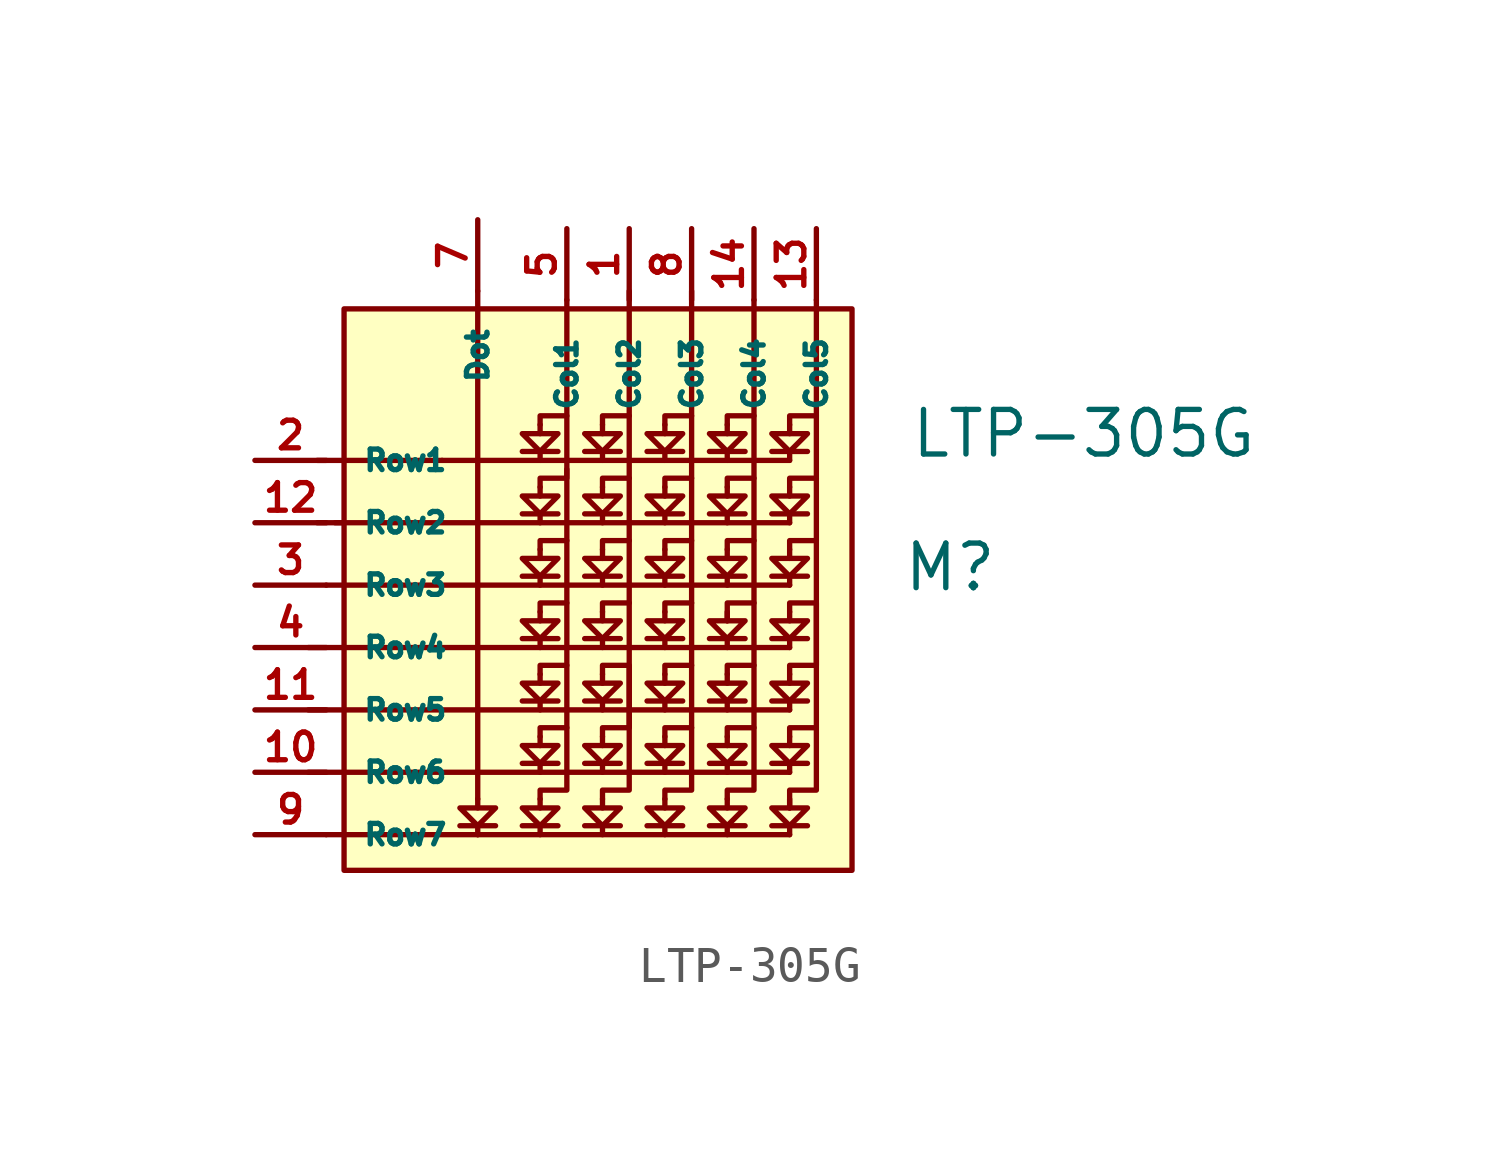
<source format=kicad_sym>
(kicad_symbol_lib
  (version 20220914)
  (generator kicad_symbol_editor)
  (symbol "LTP-305G"
    (pin_names
      (offset 1.016))
    (property "Reference" "M"
      (at 33.02 3.81 0)
      (effects (font (size 1.27 1.27))))
    (property "Value" "LTP-305G"
      (at 36.83 7.62 0)
      (effects (font (size 1.27 1.27))))
    (symbol "LTP-305G_0_1"
      (polyline (pts (xy 14.986 5.08) (xy 15.748 5.08)) (stroke (width 0) (type solid)) (fill (type none)))
      (polyline (pts (xy 18.542 6.858) (xy 14.986 6.858)) (stroke (width 0) (type solid)) (fill (type none)))
      (polyline (pts (xy 19.05 -3.556) (xy 20.066 -3.556)) (stroke (width 0) (type solid)) (fill (type none)))
      (polyline (pts (xy 19.558 -3.81) (xy 15.24 -3.81)) (stroke (width 0) (type solid)) (fill (type none)))
      (polyline (pts (xy 19.558 -3.556) (xy 19.558 -3.81)) (stroke (width 0) (type solid)) (fill (type none)))
      (polyline (pts (xy 19.558 -3.048) (xy 19.558 -2.794)) (stroke (width 0) (type solid)) (fill (type none)))
      (polyline (pts (xy 19.558 11.684) (xy 19.558 -2.794)) (stroke (width 0) (type solid)) (fill (type none)))
      (polyline (pts (xy 20.828 -3.556) (xy 21.844 -3.556)) (stroke (width 0) (type solid)) (fill (type none)))
      (polyline (pts (xy 20.828 -1.778) (xy 21.844 -1.778)) (stroke (width 0) (type solid)) (fill (type none)))
      (polyline (pts (xy 20.828 0) (xy 21.844 0)) (stroke (width 0) (type solid)) (fill (type none)))
      (polyline (pts (xy 20.828 1.778) (xy 21.844 1.778)) (stroke (width 0) (type solid)) (fill (type none)))
      (polyline (pts (xy 20.828 3.556) (xy 21.844 3.556)) (stroke (width 0) (type solid)) (fill (type none)))
      (polyline (pts (xy 20.828 5.334) (xy 21.844 5.334)) (stroke (width 0) (type solid)) (fill (type none)))
      (polyline (pts (xy 20.828 7.112) (xy 21.844 7.112)) (stroke (width 0) (type solid)) (fill (type none)))
      (polyline (pts (xy 21.336 -3.556) (xy 21.336 -3.81)) (stroke (width 0) (type solid)) (fill (type none)))
      (polyline (pts (xy 21.336 -3.048) (xy 21.336 -2.794)) (stroke (width 0) (type solid)) (fill (type none)))
      (polyline (pts (xy 21.336 -1.778) (xy 21.336 -2.032)) (stroke (width 0) (type solid)) (fill (type none)))
      (polyline (pts (xy 21.336 -1.27) (xy 21.336 -1.016)) (stroke (width 0) (type solid)) (fill (type none)))
      (polyline (pts (xy 21.336 0) (xy 21.336 -0.254)) (stroke (width 0) (type solid)) (fill (type none)))
      (polyline (pts (xy 21.336 0.508) (xy 21.336 0.762)) (stroke (width 0) (type solid)) (fill (type none)))
      (polyline (pts (xy 21.336 1.778) (xy 21.336 1.524)) (stroke (width 0) (type solid)) (fill (type none)))
      (polyline (pts (xy 21.336 2.286) (xy 21.336 2.54)) (stroke (width 0) (type solid)) (fill (type none)))
      (polyline (pts (xy 21.336 3.556) (xy 21.336 3.302)) (stroke (width 0) (type solid)) (fill (type none)))
      (polyline (pts (xy 21.336 4.064) (xy 21.336 4.318)) (stroke (width 0) (type solid)) (fill (type none)))
      (polyline (pts (xy 21.336 5.334) (xy 21.336 5.08)) (stroke (width 0) (type solid)) (fill (type none)))
      (polyline (pts (xy 21.336 5.842) (xy 21.336 6.096)) (stroke (width 0) (type solid)) (fill (type none)))
      (polyline (pts (xy 21.336 7.112) (xy 21.336 6.858)) (stroke (width 0) (type solid)) (fill (type none)))
      (polyline (pts (xy 21.336 7.62) (xy 21.336 7.874)) (stroke (width 0) (type solid)) (fill (type none)))
      (polyline (pts (xy 22.606 -3.556) (xy 23.622 -3.556)) (stroke (width 0) (type solid)) (fill (type none)))
      (polyline (pts (xy 22.606 -1.778) (xy 23.622 -1.778)) (stroke (width 0) (type solid)) (fill (type none)))
      (polyline (pts (xy 22.606 0) (xy 23.622 0)) (stroke (width 0) (type solid)) (fill (type none)))
      (polyline (pts (xy 22.606 1.778) (xy 23.622 1.778)) (stroke (width 0) (type solid)) (fill (type none)))
      (polyline (pts (xy 22.606 3.556) (xy 23.622 3.556)) (stroke (width 0) (type solid)) (fill (type none)))
      (polyline (pts (xy 22.606 5.334) (xy 23.622 5.334)) (stroke (width 0) (type solid)) (fill (type none)))
      (polyline (pts (xy 22.606 7.112) (xy 23.622 7.112)) (stroke (width 0) (type solid)) (fill (type none)))
      (polyline (pts (xy 23.114 -3.556) (xy 23.114 -3.81)) (stroke (width 0) (type solid)) (fill (type none)))
      (polyline (pts (xy 23.114 -3.048) (xy 23.114 -2.794)) (stroke (width 0) (type solid)) (fill (type none)))
      (polyline (pts (xy 23.114 -1.778) (xy 23.114 -2.032)) (stroke (width 0) (type solid)) (fill (type none)))
      (polyline (pts (xy 23.114 -1.27) (xy 23.114 -1.016)) (stroke (width 0) (type solid)) (fill (type none)))
      (polyline (pts (xy 23.114 0) (xy 23.114 -0.254)) (stroke (width 0) (type solid)) (fill (type none)))
      (polyline (pts (xy 23.114 0.508) (xy 23.114 0.762)) (stroke (width 0) (type solid)) (fill (type none)))
      (polyline (pts (xy 23.114 1.778) (xy 23.114 1.524)) (stroke (width 0) (type solid)) (fill (type none)))
      (polyline (pts (xy 23.114 2.286) (xy 23.114 2.54)) (stroke (width 0) (type solid)) (fill (type none)))
      (polyline (pts (xy 23.114 3.556) (xy 23.114 3.302)) (stroke (width 0) (type solid)) (fill (type none)))
      (polyline (pts (xy 23.114 4.064) (xy 23.114 4.318)) (stroke (width 0) (type solid)) (fill (type none)))
      (polyline (pts (xy 23.114 5.334) (xy 23.114 5.08)) (stroke (width 0) (type solid)) (fill (type none)))
      (polyline (pts (xy 23.114 5.842) (xy 23.114 6.096)) (stroke (width 0) (type solid)) (fill (type none)))
      (polyline (pts (xy 23.114 7.112) (xy 23.114 6.858)) (stroke (width 0) (type solid)) (fill (type none)))
      (polyline (pts (xy 23.114 7.62) (xy 23.114 7.874)) (stroke (width 0) (type solid)) (fill (type none)))
      (polyline (pts (xy 24.384 -3.556) (xy 25.4 -3.556)) (stroke (width 0) (type solid)) (fill (type none)))
      (polyline (pts (xy 24.384 -1.778) (xy 25.4 -1.778)) (stroke (width 0) (type solid)) (fill (type none)))
      (polyline (pts (xy 24.384 0) (xy 25.4 0)) (stroke (width 0) (type solid)) (fill (type none)))
      (polyline (pts (xy 24.384 1.778) (xy 25.4 1.778)) (stroke (width 0) (type solid)) (fill (type none)))
      (polyline (pts (xy 24.384 3.556) (xy 25.4 3.556)) (stroke (width 0) (type solid)) (fill (type none)))
      (polyline (pts (xy 24.384 5.334) (xy 25.4 5.334)) (stroke (width 0) (type solid)) (fill (type none)))
      (polyline (pts (xy 24.384 7.112) (xy 25.4 7.112)) (stroke (width 0) (type solid)) (fill (type none)))
      (polyline (pts (xy 24.892 -3.556) (xy 24.892 -3.81)) (stroke (width 0) (type solid)) (fill (type none)))
      (polyline (pts (xy 24.892 -3.048) (xy 24.892 -2.794)) (stroke (width 0) (type solid)) (fill (type none)))
      (polyline (pts (xy 24.892 -1.778) (xy 24.892 -2.032)) (stroke (width 0) (type solid)) (fill (type none)))
      (polyline (pts (xy 24.892 -1.27) (xy 24.892 -1.016)) (stroke (width 0) (type solid)) (fill (type none)))
      (polyline (pts (xy 24.892 0) (xy 24.892 -0.254)) (stroke (width 0) (type solid)) (fill (type none)))
      (polyline (pts (xy 24.892 0.508) (xy 24.892 0.762)) (stroke (width 0) (type solid)) (fill (type none)))
      (polyline (pts (xy 24.892 1.778) (xy 24.892 1.524)) (stroke (width 0) (type solid)) (fill (type none)))
      (polyline (pts (xy 24.892 2.286) (xy 24.892 2.54)) (stroke (width 0) (type solid)) (fill (type none)))
      (polyline (pts (xy 24.892 3.556) (xy 24.892 3.302)) (stroke (width 0) (type solid)) (fill (type none)))
      (polyline (pts (xy 24.892 4.064) (xy 24.892 4.318)) (stroke (width 0) (type solid)) (fill (type none)))
      (polyline (pts (xy 24.892 5.334) (xy 24.892 5.08)) (stroke (width 0) (type solid)) (fill (type none)))
      (polyline (pts (xy 24.892 5.842) (xy 24.892 6.096)) (stroke (width 0) (type solid)) (fill (type none)))
      (polyline (pts (xy 24.892 7.112) (xy 24.892 6.858)) (stroke (width 0) (type solid)) (fill (type none)))
      (polyline (pts (xy 24.892 7.62) (xy 24.892 7.874)) (stroke (width 0) (type solid)) (fill (type none)))
      (polyline (pts (xy 26.162 -3.556) (xy 27.178 -3.556)) (stroke (width 0) (type solid)) (fill (type none)))
      (polyline (pts (xy 26.162 -1.778) (xy 27.178 -1.778)) (stroke (width 0) (type solid)) (fill (type none)))
      (polyline (pts (xy 26.162 0) (xy 27.178 0)) (stroke (width 0) (type solid)) (fill (type none)))
      (polyline (pts (xy 26.162 1.778) (xy 27.178 1.778)) (stroke (width 0) (type solid)) (fill (type none)))
      (polyline (pts (xy 26.162 3.556) (xy 27.178 3.556)) (stroke (width 0) (type solid)) (fill (type none)))
      (polyline (pts (xy 26.162 5.334) (xy 27.178 5.334)) (stroke (width 0) (type solid)) (fill (type none)))
      (polyline (pts (xy 26.162 7.112) (xy 27.178 7.112)) (stroke (width 0) (type solid)) (fill (type none)))
      (polyline (pts (xy 26.67 -3.556) (xy 26.67 -3.81)) (stroke (width 0) (type solid)) (fill (type none)))
      (polyline (pts (xy 26.67 -3.048) (xy 26.67 -2.794)) (stroke (width 0) (type solid)) (fill (type none)))
      (polyline (pts (xy 26.67 -1.778) (xy 26.67 -2.032)) (stroke (width 0) (type solid)) (fill (type none)))
      (polyline (pts (xy 26.67 -1.27) (xy 26.67 -1.016)) (stroke (width 0) (type solid)) (fill (type none)))
      (polyline (pts (xy 26.67 0) (xy 26.67 -0.254)) (stroke (width 0) (type solid)) (fill (type none)))
      (polyline (pts (xy 26.67 0.508) (xy 26.67 0.762)) (stroke (width 0) (type solid)) (fill (type none)))
      (polyline (pts (xy 26.67 1.778) (xy 26.67 1.524)) (stroke (width 0) (type solid)) (fill (type none)))
      (polyline (pts (xy 26.67 2.286) (xy 26.67 2.54)) (stroke (width 0) (type solid)) (fill (type none)))
      (polyline (pts (xy 26.67 3.556) (xy 26.67 3.302)) (stroke (width 0) (type solid)) (fill (type none)))
      (polyline (pts (xy 26.67 4.064) (xy 26.67 4.318)) (stroke (width 0) (type solid)) (fill (type none)))
      (polyline (pts (xy 26.67 5.334) (xy 26.67 5.08)) (stroke (width 0) (type solid)) (fill (type none)))
      (polyline (pts (xy 26.67 5.842) (xy 26.67 6.096)) (stroke (width 0) (type solid)) (fill (type none)))
      (polyline (pts (xy 26.67 7.112) (xy 26.67 6.858)) (stroke (width 0) (type solid)) (fill (type none)))
      (polyline (pts (xy 26.67 7.62) (xy 26.67 7.874)) (stroke (width 0) (type solid)) (fill (type none)))
      (polyline (pts (xy 27.94 -3.556) (xy 28.956 -3.556)) (stroke (width 0) (type solid)) (fill (type none)))
      (polyline (pts (xy 27.94 -1.778) (xy 28.956 -1.778)) (stroke (width 0) (type solid)) (fill (type none)))
      (polyline (pts (xy 27.94 0) (xy 28.956 0)) (stroke (width 0) (type solid)) (fill (type none)))
      (polyline (pts (xy 27.94 1.778) (xy 28.956 1.778)) (stroke (width 0) (type solid)) (fill (type none)))
      (polyline (pts (xy 27.94 3.556) (xy 28.956 3.556)) (stroke (width 0) (type solid)) (fill (type none)))
      (polyline (pts (xy 27.94 5.334) (xy 28.956 5.334)) (stroke (width 0) (type solid)) (fill (type none)))
      (polyline (pts (xy 27.94 7.112) (xy 28.956 7.112)) (stroke (width 0) (type solid)) (fill (type none)))
      (polyline (pts (xy 28.448 -3.81) (xy 19.558 -3.81)) (stroke (width 0) (type solid)) (fill (type none)))
      (polyline (pts (xy 28.448 -3.556) (xy 28.448 -3.81)) (stroke (width 0) (type solid)) (fill (type none)))
      (polyline (pts (xy 28.448 -3.048) (xy 28.448 -2.794)) (stroke (width 0) (type solid)) (fill (type none)))
      (polyline (pts (xy 28.448 -1.778) (xy 28.448 -2.032)) (stroke (width 0) (type solid)) (fill (type none)))
      (polyline (pts (xy 28.448 -1.27) (xy 28.448 -1.016)) (stroke (width 0) (type solid)) (fill (type none)))
      (polyline (pts (xy 28.448 -0.254) (xy 14.732 -0.254)) (stroke (width 0) (type solid)) (fill (type none)))
      (polyline (pts (xy 28.448 0) (xy 28.448 -0.254)) (stroke (width 0) (type solid)) (fill (type none)))
      (polyline (pts (xy 28.448 0.508) (xy 28.448 0.762)) (stroke (width 0) (type solid)) (fill (type none)))
      (polyline (pts (xy 28.448 1.524) (xy 14.732 1.524)) (stroke (width 0) (type solid)) (fill (type none)))
      (polyline (pts (xy 28.448 1.778) (xy 28.448 1.524)) (stroke (width 0) (type solid)) (fill (type none)))
      (polyline (pts (xy 28.448 2.286) (xy 28.448 2.54)) (stroke (width 0) (type solid)) (fill (type none)))
      (polyline (pts (xy 28.448 3.556) (xy 28.448 3.302)) (stroke (width 0) (type solid)) (fill (type none)))
      (polyline (pts (xy 28.448 4.064) (xy 28.448 4.318)) (stroke (width 0) (type solid)) (fill (type none)))
      (polyline (pts (xy 28.448 5.08) (xy 15.494 5.08)) (stroke (width 0) (type solid)) (fill (type none)))
      (polyline (pts (xy 28.448 5.334) (xy 28.448 5.08)) (stroke (width 0) (type solid)) (fill (type none)))
      (polyline (pts (xy 28.448 5.842) (xy 28.448 6.096)) (stroke (width 0) (type solid)) (fill (type none)))
      (polyline (pts (xy 28.448 6.858) (xy 18.542 6.858)) (stroke (width 0) (type solid)) (fill (type none)))
      (polyline (pts (xy 28.448 7.112) (xy 28.448 6.858)) (stroke (width 0) (type solid)) (fill (type none)))
      (polyline (pts (xy 28.448 7.62) (xy 28.448 7.874)) (stroke (width 0) (type solid)) (fill (type none)))
      (polyline (pts (xy 21.336 -1.016) (xy 21.336 -0.762) (xy 22.098 -0.762)) (stroke (width 0) (type solid)) (fill (type none)))
      (polyline (pts (xy 21.336 0.762) (xy 21.336 1.016) (xy 22.098 1.016)) (stroke (width 0) (type solid)) (fill (type none)))
      (polyline (pts (xy 21.336 2.54) (xy 21.336 2.794) (xy 22.098 2.794)) (stroke (width 0) (type solid)) (fill (type none)))
      (polyline (pts (xy 21.336 4.318) (xy 21.336 4.572) (xy 22.098 4.572)) (stroke (width 0) (type solid)) (fill (type none)))
      (polyline (pts (xy 21.336 7.874) (xy 21.336 8.128) (xy 22.098 8.128)) (stroke (width 0) (type solid)) (fill (type none)))
      (polyline (pts (xy 23.114 2.54) (xy 23.114 2.794) (xy 23.876 2.794)) (stroke (width 0) (type solid)) (fill (type none)))
      (polyline (pts (xy 23.114 4.318) (xy 23.114 4.572) (xy 23.876 4.572)) (stroke (width 0) (type solid)) (fill (type none)))
      (polyline (pts (xy 23.114 6.096) (xy 23.114 6.35) (xy 23.876 6.35)) (stroke (width 0) (type solid)) (fill (type none)))
      (polyline (pts (xy 23.114 7.874) (xy 23.114 8.128) (xy 23.876 8.128)) (stroke (width 0) (type solid)) (fill (type none)))
      (polyline (pts (xy 24.892 -1.016) (xy 24.892 -0.762) (xy 25.654 -0.762)) (stroke (width 0) (type solid)) (fill (type none)))
      (polyline (pts (xy 24.892 0.762) (xy 24.892 1.016) (xy 25.654 1.016)) (stroke (width 0) (type solid)) (fill (type none)))
      (polyline (pts (xy 24.892 2.54) (xy 24.892 2.794) (xy 25.654 2.794)) (stroke (width 0) (type solid)) (fill (type none)))
      (polyline (pts (xy 24.892 4.318) (xy 24.892 4.572) (xy 25.654 4.572)) (stroke (width 0) (type solid)) (fill (type none)))
      (polyline (pts (xy 24.892 6.096) (xy 24.892 6.35) (xy 25.654 6.35)) (stroke (width 0) (type solid)) (fill (type none)))
      (polyline (pts (xy 24.892 7.874) (xy 24.892 8.128) (xy 25.654 8.128)) (stroke (width 0) (type solid)) (fill (type none)))
      (polyline (pts (xy 26.67 -1.016) (xy 26.67 -0.762) (xy 27.432 -0.762)) (stroke (width 0) (type solid)) (fill (type none)))
      (polyline (pts (xy 26.67 0.762) (xy 26.67 1.016) (xy 27.432 1.016)) (stroke (width 0) (type solid)) (fill (type none)))
      (polyline (pts (xy 26.67 4.318) (xy 26.67 4.572) (xy 27.432 4.572)) (stroke (width 0) (type solid)) (fill (type none)))
      (polyline (pts (xy 26.67 6.096) (xy 26.67 6.35) (xy 27.432 6.35)) (stroke (width 0) (type solid)) (fill (type none)))
      (polyline (pts (xy 26.67 7.874) (xy 26.67 8.128) (xy 27.432 8.128)) (stroke (width 0) (type solid)) (fill (type none)))
      (polyline (pts (xy 28.448 -2.032) (xy 21.082 -2.032) (xy 14.732 -2.032)) (stroke (width 0) (type solid)) (fill (type none)))
      (polyline (pts (xy 28.448 -1.016) (xy 28.448 -0.762) (xy 29.21 -0.762)) (stroke (width 0) (type solid)) (fill (type none)))
      (polyline (pts (xy 28.448 3.302) (xy 16.256 3.302) (xy 15.24 3.302)) (stroke (width 0) (type solid)) (fill (type none)))
      (polyline (pts (xy 28.448 4.318) (xy 28.448 4.572) (xy 29.21 4.572)) (stroke (width 0) (type solid)) (fill (type none)))
      (polyline (pts (xy 28.448 6.096) (xy 28.448 6.35) (xy 29.21 6.35)) (stroke (width 0) (type solid)) (fill (type none)))
      (polyline (pts (xy 28.448 7.874) (xy 28.448 8.128) (xy 29.21 8.128)) (stroke (width 0) (type solid)) (fill (type none)))
      (polyline (pts (xy 21.336 6.096) (xy 21.336 6.35) (xy 22.098 6.35) (xy 22.098 6.604)) (stroke (width 0) (type solid)) (fill (type none)))
      (polyline (pts (xy 23.876 11.684) (xy 23.876 -2.54) (xy 23.114 -2.54) (xy 23.114 -2.794)) (stroke (width 0) (type solid)) (fill (type none)))
      (polyline (pts (xy 25.654 11.684) (xy 25.654 -2.54) (xy 24.892 -2.54) (xy 24.892 -2.794)) (stroke (width 0) (type solid)) (fill (type none)))
      (polyline (pts (xy 27.432 2.794) (xy 27.432 -2.54) (xy 26.67 -2.54) (xy 26.67 -2.794)) (stroke (width 0) (type solid)) (fill (type none)))
      (polyline (pts (xy 27.432 11.43) (xy 27.432 2.794) (xy 26.67 2.794) (xy 26.67 2.286)) (stroke (width 0) (type solid)) (fill (type none)))
      (polyline (pts (xy 29.21 11.43) (xy 29.21 -2.54) (xy 28.448 -2.54) (xy 28.448 -3.048)) (stroke (width 0) (type solid)) (fill (type none)))
      (polyline (pts (xy 19.05 -3.048) (xy 19.812 -3.048) (xy 20.066 -3.048) (xy 19.558 -3.556) (xy 19.05 -3.048)) (stroke (width 0) (type solid)) (fill (type none)))
      (polyline (pts (xy 20.828 -3.048) (xy 21.59 -3.048) (xy 21.844 -3.048) (xy 21.336 -3.556) (xy 20.828 -3.048)) (stroke (width 0) (type solid)) (fill (type none)))
      (polyline (pts (xy 20.828 -1.27) (xy 21.59 -1.27) (xy 21.844 -1.27) (xy 21.336 -1.778) (xy 20.828 -1.27)) (stroke (width 0) (type solid)) (fill (type none)))
      (polyline (pts (xy 20.828 0.508) (xy 21.59 0.508) (xy 21.844 0.508) (xy 21.336 0) (xy 20.828 0.508)) (stroke (width 0) (type solid)) (fill (type none)))
      (polyline (pts (xy 20.828 2.286) (xy 21.59 2.286) (xy 21.844 2.286) (xy 21.336 1.778) (xy 20.828 2.286)) (stroke (width 0) (type solid)) (fill (type none)))
      (polyline (pts (xy 20.828 4.064) (xy 21.59 4.064) (xy 21.844 4.064) (xy 21.336 3.556) (xy 20.828 4.064)) (stroke (width 0) (type solid)) (fill (type none)))
      (polyline (pts (xy 20.828 5.842) (xy 21.59 5.842) (xy 21.844 5.842) (xy 21.336 5.334) (xy 20.828 5.842)) (stroke (width 0) (type solid)) (fill (type none)))
      (polyline (pts (xy 20.828 7.62) (xy 21.59 7.62) (xy 21.844 7.62) (xy 21.336 7.112) (xy 20.828 7.62)) (stroke (width 0) (type solid)) (fill (type none)))
      (polyline (pts (xy 22.098 11.43) (xy 22.098 -2.54) (xy 21.336 -2.54) (xy 21.336 -2.794) (xy 21.336 -2.54)) (stroke (width 0) (type solid)) (fill (type none)))
      (polyline (pts (xy 22.606 -3.048) (xy 23.368 -3.048) (xy 23.622 -3.048) (xy 23.114 -3.556) (xy 22.606 -3.048)) (stroke (width 0) (type solid)) (fill (type none)))
      (polyline (pts (xy 22.606 -1.27) (xy 23.368 -1.27) (xy 23.622 -1.27) (xy 23.114 -1.778) (xy 22.606 -1.27)) (stroke (width 0) (type solid)) (fill (type none)))
      (polyline (pts (xy 22.606 0.508) (xy 23.368 0.508) (xy 23.622 0.508) (xy 23.114 0) (xy 22.606 0.508)) (stroke (width 0) (type solid)) (fill (type none)))
      (polyline (pts (xy 22.606 2.286) (xy 23.368 2.286) (xy 23.622 2.286) (xy 23.114 1.778) (xy 22.606 2.286)) (stroke (width 0) (type solid)) (fill (type none)))
      (polyline (pts (xy 22.606 4.064) (xy 23.368 4.064) (xy 23.622 4.064) (xy 23.114 3.556) (xy 22.606 4.064)) (stroke (width 0) (type solid)) (fill (type none)))
      (polyline (pts (xy 22.606 5.842) (xy 23.368 5.842) (xy 23.622 5.842) (xy 23.114 5.334) (xy 22.606 5.842)) (stroke (width 0) (type solid)) (fill (type none)))
      (polyline (pts (xy 22.606 7.62) (xy 23.368 7.62) (xy 23.622 7.62) (xy 23.114 7.112) (xy 22.606 7.62)) (stroke (width 0) (type solid)) (fill (type none)))
      (polyline (pts (xy 24.384 -3.048) (xy 25.146 -3.048) (xy 25.4 -3.048) (xy 24.892 -3.556) (xy 24.384 -3.048)) (stroke (width 0) (type solid)) (fill (type none)))
      (polyline (pts (xy 24.384 -1.27) (xy 25.146 -1.27) (xy 25.4 -1.27) (xy 24.892 -1.778) (xy 24.384 -1.27)) (stroke (width 0) (type solid)) (fill (type none)))
      (polyline (pts (xy 24.384 0.508) (xy 25.146 0.508) (xy 25.4 0.508) (xy 24.892 0) (xy 24.384 0.508)) (stroke (width 0) (type solid)) (fill (type none)))
      (polyline (pts (xy 24.384 2.286) (xy 25.146 2.286) (xy 25.4 2.286) (xy 24.892 1.778) (xy 24.384 2.286)) (stroke (width 0) (type solid)) (fill (type none)))
      (polyline (pts (xy 24.384 4.064) (xy 25.146 4.064) (xy 25.4 4.064) (xy 24.892 3.556) (xy 24.384 4.064)) (stroke (width 0) (type solid)) (fill (type none)))
      (polyline (pts (xy 24.384 5.842) (xy 25.146 5.842) (xy 25.4 5.842) (xy 24.892 5.334) (xy 24.384 5.842)) (stroke (width 0) (type solid)) (fill (type none)))
      (polyline (pts (xy 24.384 7.62) (xy 25.146 7.62) (xy 25.4 7.62) (xy 24.892 7.112) (xy 24.384 7.62)) (stroke (width 0) (type solid)) (fill (type none)))
      (polyline (pts (xy 26.162 -3.048) (xy 26.924 -3.048) (xy 27.178 -3.048) (xy 26.67 -3.556) (xy 26.162 -3.048)) (stroke (width 0) (type solid)) (fill (type none)))
      (polyline (pts (xy 26.162 -1.27) (xy 26.924 -1.27) (xy 27.178 -1.27) (xy 26.67 -1.778) (xy 26.162 -1.27)) (stroke (width 0) (type solid)) (fill (type none)))
      (polyline (pts (xy 26.162 0.508) (xy 26.924 0.508) (xy 27.178 0.508) (xy 26.67 0) (xy 26.162 0.508)) (stroke (width 0) (type solid)) (fill (type none)))
      (polyline (pts (xy 26.162 2.286) (xy 26.924 2.286) (xy 27.178 2.286) (xy 26.67 1.778) (xy 26.162 2.286)) (stroke (width 0) (type solid)) (fill (type none)))
      (polyline (pts (xy 26.162 4.064) (xy 26.924 4.064) (xy 27.178 4.064) (xy 26.67 3.556) (xy 26.162 4.064)) (stroke (width 0) (type solid)) (fill (type none)))
      (polyline (pts (xy 26.162 5.842) (xy 26.924 5.842) (xy 27.178 5.842) (xy 26.67 5.334) (xy 26.162 5.842)) (stroke (width 0) (type solid)) (fill (type none)))
      (polyline (pts (xy 26.162 7.62) (xy 26.924 7.62) (xy 27.178 7.62) (xy 26.67 7.112) (xy 26.162 7.62)) (stroke (width 0) (type solid)) (fill (type none)))
      (polyline (pts (xy 27.94 -3.048) (xy 28.702 -3.048) (xy 28.956 -3.048) (xy 28.448 -3.556) (xy 27.94 -3.048)) (stroke (width 0) (type solid)) (fill (type none)))
      (polyline (pts (xy 27.94 -1.27) (xy 28.702 -1.27) (xy 28.956 -1.27) (xy 28.448 -1.778) (xy 27.94 -1.27)) (stroke (width 0) (type solid)) (fill (type none)))
      (polyline (pts (xy 27.94 0.508) (xy 28.702 0.508) (xy 28.956 0.508) (xy 28.448 0) (xy 27.94 0.508)) (stroke (width 0) (type solid)) (fill (type none)))
      (polyline (pts (xy 27.94 2.286) (xy 28.702 2.286) (xy 28.956 2.286) (xy 28.448 1.778) (xy 27.94 2.286)) (stroke (width 0) (type solid)) (fill (type none)))
      (polyline (pts (xy 27.94 4.064) (xy 28.702 4.064) (xy 28.956 4.064) (xy 28.448 3.556) (xy 27.94 4.064)) (stroke (width 0) (type solid)) (fill (type none)))
      (polyline (pts (xy 27.94 5.842) (xy 28.702 5.842) (xy 28.956 5.842) (xy 28.448 5.334) (xy 27.94 5.842)) (stroke (width 0) (type solid)) (fill (type none)))
      (polyline (pts (xy 27.94 7.62) (xy 28.702 7.62) (xy 28.956 7.62) (xy 28.448 7.112) (xy 27.94 7.62)) (stroke (width 0) (type solid)) (fill (type none)))
      (polyline (pts (xy 23.114 -1.016) (xy 23.114 -0.762) (xy 23.876 -0.762) (xy 23.876 1.016) (xy 23.114 1.016) (xy 23.114 0.762)) (stroke (width 0) (type solid)) (fill (type none)))
      (polyline (pts (xy 28.448 0.762) (xy 28.448 1.016) (xy 29.21 1.016) (xy 29.21 1.27) (xy 29.21 2.032) (xy 29.21 2.794) (xy 28.448 2.794) (xy 28.448 2.54)) (stroke (width 0) (type solid)) (fill (type none))))
    (symbol "LTP-305G_1_1"
      (rectangle (start 15.748 11.176) (end 30.226 -4.826) (stroke (width 0) (type solid)) (fill (type background)))
      (pin input line (at 23.876 13.462 270) (length 2.032) (name "Col2" (effects (font (size 0.584 0.584)))) (number "1" (effects (font (size 0.787 0.787)))))
      (pin input line (at 13.208 -2.032 0) (length 2.032) (name "Row6" (effects (font (size 0.584 0.584)))) (number "10" (effects (font (size 0.787 0.787)))))
      (pin input line (at 13.208 -0.254 0) (length 2.032) (name "Row5" (effects (font (size 0.584 0.584)))) (number "11" (effects (font (size 0.787 0.787)))))
      (pin input line (at 13.208 5.08 0) (length 2.032) (name "Row2" (effects (font (size 0.584 0.584)))) (number "12" (effects (font (size 0.787 0.787)))))
      (pin input line (at 29.21 13.462 270) (length 2.032) (name "Col5" (effects (font (size 0.584 0.584)))) (number "13" (effects (font (size 0.787 0.787)))))
      (pin input line (at 27.432 13.462 270) (length 2.032) (name "Col4" (effects (font (size 0.584 0.584)))) (number "14" (effects (font (size 0.787 0.787)))))
      (pin input line (at 13.208 6.858 0) (length 2.032) (name "Row1" (effects (font (size 0.584 0.584)))) (number "2" (effects (font (size 0.787 0.787)))))
      (pin input line (at 13.208 3.302 0) (length 2.032) (name "Row3" (effects (font (size 0.584 0.584)))) (number "3" (effects (font (size 0.787 0.787)))))
      (pin input line (at 13.208 1.524 0) (length 2.032) (name "Row4" (effects (font (size 0.584 0.584)))) (number "4" (effects (font (size 0.787 0.787)))))
      (pin input line (at 22.098 13.462 270) (length 2.032) (name "Col1" (effects (font (size 0.584 0.584)))) (number "5" (effects (font (size 0.787 0.787)))))
      (pin input line (at 19.558 13.716 270) (length 2.032) (name "Dot" (effects (font (size 0.584 0.584)))) (number "7" (effects (font (size 0.787 0.787)))))
      (pin input line (at 25.654 13.462 270) (length 2.032) (name "Col3" (effects (font (size 0.584 0.584)))) (number "8" (effects (font (size 0.787 0.787)))))
      (pin input line (at 13.208 -3.81 0) (length 2.032) (name "Row7" (effects (font (size 0.584 0.584)))) (number "9" (effects (font (size 0.787 0.787))))))))
</source>
